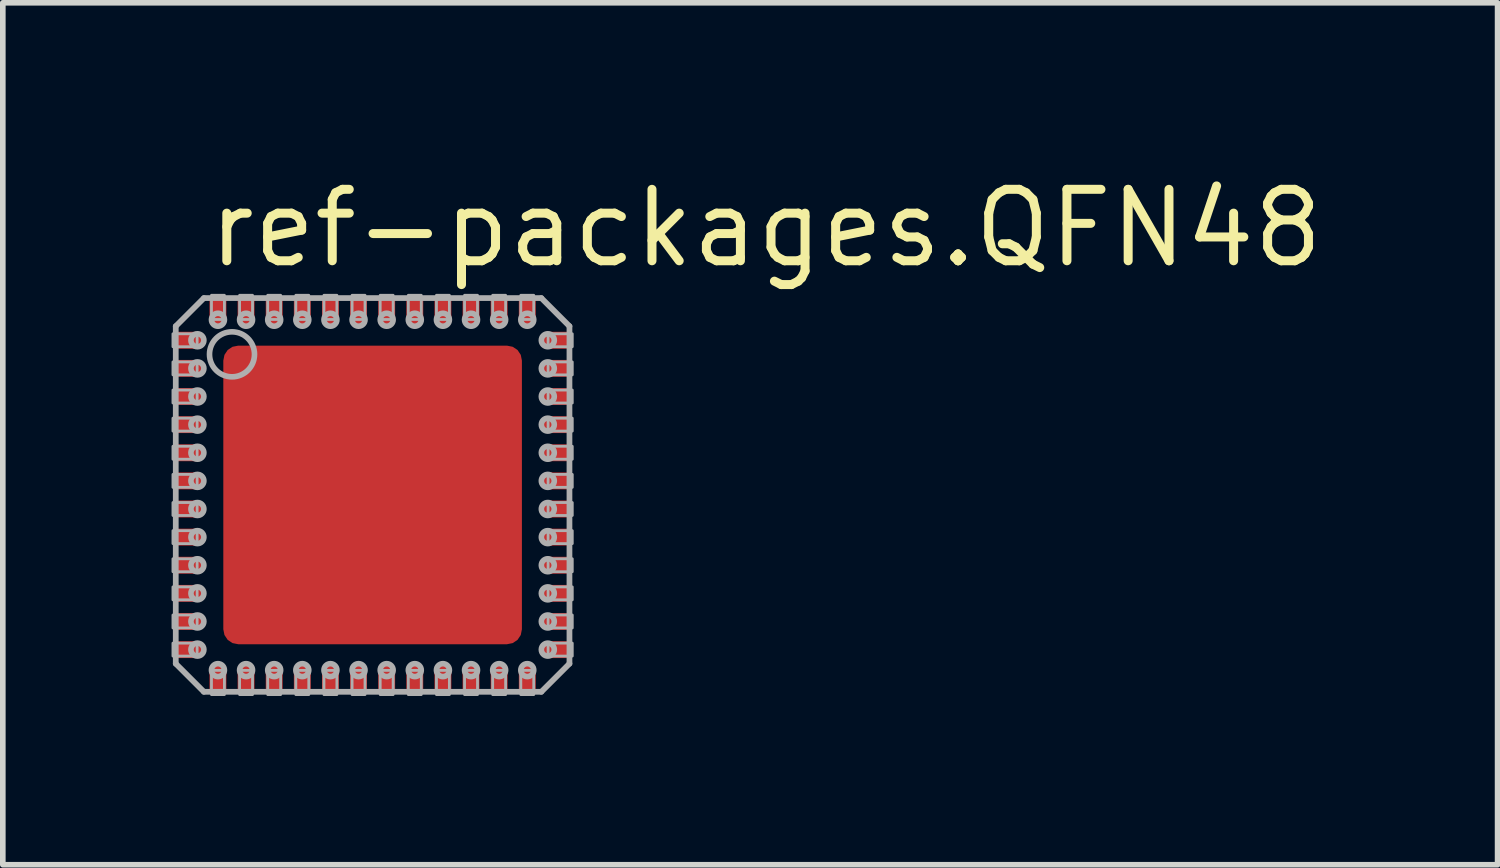
<source format=kicad_pcb>
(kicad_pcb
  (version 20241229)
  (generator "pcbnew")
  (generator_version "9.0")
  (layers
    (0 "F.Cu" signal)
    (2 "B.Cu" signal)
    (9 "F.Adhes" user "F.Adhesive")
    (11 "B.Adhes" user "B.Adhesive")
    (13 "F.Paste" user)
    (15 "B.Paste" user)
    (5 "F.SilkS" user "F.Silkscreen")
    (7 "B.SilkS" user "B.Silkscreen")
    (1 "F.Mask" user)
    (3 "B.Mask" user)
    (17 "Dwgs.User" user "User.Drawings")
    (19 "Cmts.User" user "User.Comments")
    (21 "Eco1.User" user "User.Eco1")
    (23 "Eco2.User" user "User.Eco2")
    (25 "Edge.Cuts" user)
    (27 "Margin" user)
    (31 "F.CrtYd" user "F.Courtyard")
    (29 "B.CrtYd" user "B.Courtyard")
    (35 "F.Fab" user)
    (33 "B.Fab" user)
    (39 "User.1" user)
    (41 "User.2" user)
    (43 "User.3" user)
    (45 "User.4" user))
  (footprint "ref-packages.QFN48"
    (layer "F.Cu")
    (at 3.575 5.75)
    (property "Reference" "ref-packages.QFN48" (at -3 -4 0) (layer "F.SilkS") (effects (font (size 1.27 1.27) (thickness 0.16)) (justify left bottom)))
    (attr smd)
    (fp_line (start -3.495 -2.845) (end -3.055 -2.845) (stroke (width 0.102) (type default)) (layer "F.Mask"))
    (fp_line (start -3.495 -2.655) (end -3.495 -2.845) (stroke (width 0.102) (type default)) (layer "F.Mask"))
    (fp_line (start -3.495 -2.345) (end -3.055 -2.345) (stroke (width 0.102) (type default)) (layer "F.Mask"))
    (fp_line (start -3.495 -2.155) (end -3.495 -2.345) (stroke (width 0.102) (type default)) (layer "F.Mask"))
    (fp_line (start -3.495 -1.845) (end -3.055 -1.845) (stroke (width 0.102) (type default)) (layer "F.Mask"))
    (fp_line (start -3.495 -1.655) (end -3.495 -1.845) (stroke (width 0.102) (type default)) (layer "F.Mask"))
    (fp_line (start -3.495 -1.345) (end -3.055 -1.345) (stroke (width 0.102) (type default)) (layer "F.Mask"))
    (fp_line (start -3.495 -1.155) (end -3.495 -1.345) (stroke (width 0.102) (type default)) (layer "F.Mask"))
    (fp_line (start -3.495 -0.845) (end -3.055 -0.845) (stroke (width 0.102) (type default)) (layer "F.Mask"))
    (fp_line (start -3.495 -0.655) (end -3.495 -0.845) (stroke (width 0.102) (type default)) (layer "F.Mask"))
    (fp_line (start -3.495 -0.345) (end -3.055 -0.345) (stroke (width 0.102) (type default)) (layer "F.Mask"))
    (fp_line (start -3.495 -0.155) (end -3.495 -0.345) (stroke (width 0.102) (type default)) (layer "F.Mask"))
    (fp_line (start -3.495 0.155) (end -3.055 0.155) (stroke (width 0.102) (type default)) (layer "F.Mask"))
    (fp_line (start -3.495 0.345) (end -3.495 0.155) (stroke (width 0.102) (type default)) (layer "F.Mask"))
    (fp_line (start -3.495 0.655) (end -3.055 0.655) (stroke (width 0.102) (type default)) (layer "F.Mask"))
    (fp_line (start -3.495 0.845) (end -3.495 0.655) (stroke (width 0.102) (type default)) (layer "F.Mask"))
    (fp_line (start -3.495 1.155) (end -3.055 1.155) (stroke (width 0.102) (type default)) (layer "F.Mask"))
    (fp_line (start -3.495 1.345) (end -3.495 1.155) (stroke (width 0.102) (type default)) (layer "F.Mask"))
    (fp_line (start -3.495 1.655) (end -3.055 1.655) (stroke (width 0.102) (type default)) (layer "F.Mask"))
    (fp_line (start -3.495 1.845) (end -3.495 1.655) (stroke (width 0.102) (type default)) (layer "F.Mask"))
    (fp_line (start -3.495 2.155) (end -3.055 2.155) (stroke (width 0.102) (type default)) (layer "F.Mask"))
    (fp_line (start -3.495 2.345) (end -3.495 2.155) (stroke (width 0.102) (type default)) (layer "F.Mask"))
    (fp_line (start -3.495 2.655) (end -3.055 2.655) (stroke (width 0.102) (type default)) (layer "F.Mask"))
    (fp_line (start -3.495 2.845) (end -3.495 2.655) (stroke (width 0.102) (type default)) (layer "F.Mask"))
    (fp_line (start -3.445 -2.75) (end -3.105 -2.75) (stroke (width 0.102) (type default)) (layer "F.Mask"))
    (fp_line (start -3.445 -2.25) (end -3.105 -2.25) (stroke (width 0.102) (type default)) (layer "F.Mask"))
    (fp_line (start -3.445 -1.75) (end -3.105 -1.75) (stroke (width 0.102) (type default)) (layer "F.Mask"))
    (fp_line (start -3.445 -1.25) (end -3.105 -1.25) (stroke (width 0.102) (type default)) (layer "F.Mask"))
    (fp_line (start -3.445 -0.75) (end -3.105 -0.75) (stroke (width 0.102) (type default)) (layer "F.Mask"))
    (fp_line (start -3.445 -0.25) (end -3.105 -0.25) (stroke (width 0.102) (type default)) (layer "F.Mask"))
    (fp_line (start -3.445 0.25) (end -3.105 0.25) (stroke (width 0.102) (type default)) (layer "F.Mask"))
    (fp_line (start -3.445 0.75) (end -3.105 0.75) (stroke (width 0.102) (type default)) (layer "F.Mask"))
    (fp_line (start -3.445 1.25) (end -3.105 1.25) (stroke (width 0.102) (type default)) (layer "F.Mask"))
    (fp_line (start -3.445 1.75) (end -3.105 1.75) (stroke (width 0.102) (type default)) (layer "F.Mask"))
    (fp_line (start -3.445 2.25) (end -3.105 2.25) (stroke (width 0.102) (type default)) (layer "F.Mask"))
    (fp_line (start -3.445 2.75) (end -3.105 2.75) (stroke (width 0.102) (type default)) (layer "F.Mask"))
    (fp_line (start -3.055 -2.845) (end -3.055 -2.655) (stroke (width 0.102) (type default)) (layer "F.Mask"))
    (fp_line (start -3.055 -2.655) (end -3.495 -2.655) (stroke (width 0.102) (type default)) (layer "F.Mask"))
    (fp_line (start -3.055 -2.345) (end -3.055 -2.155) (stroke (width 0.102) (type default)) (layer "F.Mask"))
    (fp_line (start -3.055 -2.155) (end -3.495 -2.155) (stroke (width 0.102) (type default)) (layer "F.Mask"))
    (fp_line (start -3.055 -1.845) (end -3.055 -1.655) (stroke (width 0.102) (type default)) (layer "F.Mask"))
    (fp_line (start -3.055 -1.655) (end -3.495 -1.655) (stroke (width 0.102) (type default)) (layer "F.Mask"))
    (fp_line (start -3.055 -1.345) (end -3.055 -1.155) (stroke (width 0.102) (type default)) (layer "F.Mask"))
    (fp_line (start -3.055 -1.155) (end -3.495 -1.155) (stroke (width 0.102) (type default)) (layer "F.Mask"))
    (fp_line (start -3.055 -0.845) (end -3.055 -0.655) (stroke (width 0.102) (type default)) (layer "F.Mask"))
    (fp_line (start -3.055 -0.655) (end -3.495 -0.655) (stroke (width 0.102) (type default)) (layer "F.Mask"))
    (fp_line (start -3.055 -0.345) (end -3.055 -0.155) (stroke (width 0.102) (type default)) (layer "F.Mask"))
    (fp_line (start -3.055 -0.155) (end -3.495 -0.155) (stroke (width 0.102) (type default)) (layer "F.Mask"))
    (fp_line (start -3.055 0.155) (end -3.055 0.345) (stroke (width 0.102) (type default)) (layer "F.Mask"))
    (fp_line (start -3.055 0.345) (end -3.495 0.345) (stroke (width 0.102) (type default)) (layer "F.Mask"))
    (fp_line (start -3.055 0.655) (end -3.055 0.845) (stroke (width 0.102) (type default)) (layer "F.Mask"))
    (fp_line (start -3.055 0.845) (end -3.495 0.845) (stroke (width 0.102) (type default)) (layer "F.Mask"))
    (fp_line (start -3.055 1.155) (end -3.055 1.345) (stroke (width 0.102) (type default)) (layer "F.Mask"))
    (fp_line (start -3.055 1.345) (end -3.495 1.345) (stroke (width 0.102) (type default)) (layer "F.Mask"))
    (fp_line (start -3.055 1.655) (end -3.055 1.845) (stroke (width 0.102) (type default)) (layer "F.Mask"))
    (fp_line (start -3.055 1.845) (end -3.495 1.845) (stroke (width 0.102) (type default)) (layer "F.Mask"))
    (fp_line (start -3.055 2.155) (end -3.055 2.345) (stroke (width 0.102) (type default)) (layer "F.Mask"))
    (fp_line (start -3.055 2.345) (end -3.495 2.345) (stroke (width 0.102) (type default)) (layer "F.Mask"))
    (fp_line (start -3.055 2.655) (end -3.055 2.845) (stroke (width 0.102) (type default)) (layer "F.Mask"))
    (fp_line (start -3.055 2.845) (end -3.495 2.845) (stroke (width 0.102) (type default)) (layer "F.Mask"))
    (fp_line (start -2.845 -3.495) (end -2.655 -3.495) (stroke (width 0.102) (type default)) (layer "F.Mask"))
    (fp_line (start -2.845 -3.055) (end -2.845 -3.495) (stroke (width 0.102) (type default)) (layer "F.Mask"))
    (fp_line (start -2.845 3.055) (end -2.655 3.055) (stroke (width 0.102) (type default)) (layer "F.Mask"))
    (fp_line (start -2.845 3.495) (end -2.845 3.055) (stroke (width 0.102) (type default)) (layer "F.Mask"))
    (fp_line (start -2.75 -3.445) (end -2.75 -3.105) (stroke (width 0.102) (type default)) (layer "F.Mask"))
    (fp_line (start -2.75 3.445) (end -2.75 3.105) (stroke (width 0.102) (type default)) (layer "F.Mask"))
    (fp_line (start -2.655 -3.495) (end -2.655 -3.055) (stroke (width 0.102) (type default)) (layer "F.Mask"))
    (fp_line (start -2.655 -3.055) (end -2.845 -3.055) (stroke (width 0.102) (type default)) (layer "F.Mask"))
    (fp_line (start -2.655 3.055) (end -2.655 3.495) (stroke (width 0.102) (type default)) (layer "F.Mask"))
    (fp_line (start -2.655 3.495) (end -2.845 3.495) (stroke (width 0.102) (type default)) (layer "F.Mask"))
    (fp_line (start -2.345 -3.495) (end -2.155 -3.495) (stroke (width 0.102) (type default)) (layer "F.Mask"))
    (fp_line (start -2.345 -3.055) (end -2.345 -3.495) (stroke (width 0.102) (type default)) (layer "F.Mask"))
    (fp_line (start -2.345 3.055) (end -2.155 3.055) (stroke (width 0.102) (type default)) (layer "F.Mask"))
    (fp_line (start -2.345 3.495) (end -2.345 3.055) (stroke (width 0.102) (type default)) (layer "F.Mask"))
    (fp_line (start -2.25 -3.445) (end -2.25 -3.105) (stroke (width 0.102) (type default)) (layer "F.Mask"))
    (fp_line (start -2.25 3.445) (end -2.25 3.105) (stroke (width 0.102) (type default)) (layer "F.Mask"))
    (fp_line (start -2.155 -3.495) (end -2.155 -3.055) (stroke (width 0.102) (type default)) (layer "F.Mask"))
    (fp_line (start -2.155 -3.055) (end -2.345 -3.055) (stroke (width 0.102) (type default)) (layer "F.Mask"))
    (fp_line (start -2.155 3.055) (end -2.155 3.495) (stroke (width 0.102) (type default)) (layer "F.Mask"))
    (fp_line (start -2.155 3.495) (end -2.345 3.495) (stroke (width 0.102) (type default)) (layer "F.Mask"))
    (fp_line (start -1.845 -3.495) (end -1.655 -3.495) (stroke (width 0.102) (type default)) (layer "F.Mask"))
    (fp_line (start -1.845 -3.055) (end -1.845 -3.495) (stroke (width 0.102) (type default)) (layer "F.Mask"))
    (fp_line (start -1.845 3.055) (end -1.655 3.055) (stroke (width 0.102) (type default)) (layer "F.Mask"))
    (fp_line (start -1.845 3.495) (end -1.845 3.055) (stroke (width 0.102) (type default)) (layer "F.Mask"))
    (fp_line (start -1.75 -3.445) (end -1.75 -3.105) (stroke (width 0.102) (type default)) (layer "F.Mask"))
    (fp_line (start -1.75 3.445) (end -1.75 3.105) (stroke (width 0.102) (type default)) (layer "F.Mask"))
    (fp_line (start -1.655 -3.495) (end -1.655 -3.055) (stroke (width 0.102) (type default)) (layer "F.Mask"))
    (fp_line (start -1.655 -3.055) (end -1.845 -3.055) (stroke (width 0.102) (type default)) (layer "F.Mask"))
    (fp_line (start -1.655 3.055) (end -1.655 3.495) (stroke (width 0.102) (type default)) (layer "F.Mask"))
    (fp_line (start -1.655 3.495) (end -1.845 3.495) (stroke (width 0.102) (type default)) (layer "F.Mask"))
    (fp_line (start -1.345 -3.495) (end -1.155 -3.495) (stroke (width 0.102) (type default)) (layer "F.Mask"))
    (fp_line (start -1.345 -3.055) (end -1.345 -3.495) (stroke (width 0.102) (type default)) (layer "F.Mask"))
    (fp_line (start -1.345 3.055) (end -1.155 3.055) (stroke (width 0.102) (type default)) (layer "F.Mask"))
    (fp_line (start -1.345 3.495) (end -1.345 3.055) (stroke (width 0.102) (type default)) (layer "F.Mask"))
    (fp_line (start -1.25 -3.445) (end -1.25 -3.105) (stroke (width 0.102) (type default)) (layer "F.Mask"))
    (fp_line (start -1.25 3.445) (end -1.25 3.105) (stroke (width 0.102) (type default)) (layer "F.Mask"))
    (fp_line (start -1.155 -3.495) (end -1.155 -3.055) (stroke (width 0.102) (type default)) (layer "F.Mask"))
    (fp_line (start -1.155 -3.055) (end -1.345 -3.055) (stroke (width 0.102) (type default)) (layer "F.Mask"))
    (fp_line (start -1.155 3.055) (end -1.155 3.495) (stroke (width 0.102) (type default)) (layer "F.Mask"))
    (fp_line (start -1.155 3.495) (end -1.345 3.495) (stroke (width 0.102) (type default)) (layer "F.Mask"))
    (fp_line (start -0.845 -3.495) (end -0.655 -3.495) (stroke (width 0.102) (type default)) (layer "F.Mask"))
    (fp_line (start -0.845 -3.055) (end -0.845 -3.495) (stroke (width 0.102) (type default)) (layer "F.Mask"))
    (fp_line (start -0.845 3.055) (end -0.655 3.055) (stroke (width 0.102) (type default)) (layer "F.Mask"))
    (fp_line (start -0.845 3.495) (end -0.845 3.055) (stroke (width 0.102) (type default)) (layer "F.Mask"))
    (fp_line (start -0.75 -3.445) (end -0.75 -3.105) (stroke (width 0.102) (type default)) (layer "F.Mask"))
    (fp_line (start -0.75 3.445) (end -0.75 3.105) (stroke (width 0.102) (type default)) (layer "F.Mask"))
    (fp_line (start -0.655 -3.495) (end -0.655 -3.055) (stroke (width 0.102) (type default)) (layer "F.Mask"))
    (fp_line (start -0.655 -3.055) (end -0.845 -3.055) (stroke (width 0.102) (type default)) (layer "F.Mask"))
    (fp_line (start -0.655 3.055) (end -0.655 3.495) (stroke (width 0.102) (type default)) (layer "F.Mask"))
    (fp_line (start -0.655 3.495) (end -0.845 3.495) (stroke (width 0.102) (type default)) (layer "F.Mask"))
    (fp_line (start -0.345 -3.495) (end -0.155 -3.495) (stroke (width 0.102) (type default)) (layer "F.Mask"))
    (fp_line (start -0.345 -3.055) (end -0.345 -3.495) (stroke (width 0.102) (type default)) (layer "F.Mask"))
    (fp_line (start -0.345 3.055) (end -0.155 3.055) (stroke (width 0.102) (type default)) (layer "F.Mask"))
    (fp_line (start -0.345 3.495) (end -0.345 3.055) (stroke (width 0.102) (type default)) (layer "F.Mask"))
    (fp_line (start -0.25 -3.445) (end -0.25 -3.105) (stroke (width 0.102) (type default)) (layer "F.Mask"))
    (fp_line (start -0.25 3.445) (end -0.25 3.105) (stroke (width 0.102) (type default)) (layer "F.Mask"))
    (fp_line (start -0.155 -3.495) (end -0.155 -3.055) (stroke (width 0.102) (type default)) (layer "F.Mask"))
    (fp_line (start -0.155 -3.055) (end -0.345 -3.055) (stroke (width 0.102) (type default)) (layer "F.Mask"))
    (fp_line (start -0.155 3.055) (end -0.155 3.495) (stroke (width 0.102) (type default)) (layer "F.Mask"))
    (fp_line (start -0.155 3.495) (end -0.345 3.495) (stroke (width 0.102) (type default)) (layer "F.Mask"))
    (fp_line (start 0.155 -3.495) (end 0.345 -3.495) (stroke (width 0.102) (type default)) (layer "F.Mask"))
    (fp_line (start 0.155 -3.055) (end 0.155 -3.495) (stroke (width 0.102) (type default)) (layer "F.Mask"))
    (fp_line (start 0.155 3.055) (end 0.345 3.055) (stroke (width 0.102) (type default)) (layer "F.Mask"))
    (fp_line (start 0.155 3.495) (end 0.155 3.055) (stroke (width 0.102) (type default)) (layer "F.Mask"))
    (fp_line (start 0.25 -3.445) (end 0.25 -3.105) (stroke (width 0.102) (type default)) (layer "F.Mask"))
    (fp_line (start 0.25 3.445) (end 0.25 3.105) (stroke (width 0.102) (type default)) (layer "F.Mask"))
    (fp_line (start 0.345 -3.495) (end 0.345 -3.055) (stroke (width 0.102) (type default)) (layer "F.Mask"))
    (fp_line (start 0.345 -3.055) (end 0.155 -3.055) (stroke (width 0.102) (type default)) (layer "F.Mask"))
    (fp_line (start 0.345 3.055) (end 0.345 3.495) (stroke (width 0.102) (type default)) (layer "F.Mask"))
    (fp_line (start 0.345 3.495) (end 0.155 3.495) (stroke (width 0.102) (type default)) (layer "F.Mask"))
    (fp_line (start 0.655 -3.495) (end 0.845 -3.495) (stroke (width 0.102) (type default)) (layer "F.Mask"))
    (fp_line (start 0.655 -3.055) (end 0.655 -3.495) (stroke (width 0.102) (type default)) (layer "F.Mask"))
    (fp_line (start 0.655 3.055) (end 0.845 3.055) (stroke (width 0.102) (type default)) (layer "F.Mask"))
    (fp_line (start 0.655 3.495) (end 0.655 3.055) (stroke (width 0.102) (type default)) (layer "F.Mask"))
    (fp_line (start 0.75 -3.445) (end 0.75 -3.105) (stroke (width 0.102) (type default)) (layer "F.Mask"))
    (fp_line (start 0.75 3.445) (end 0.75 3.105) (stroke (width 0.102) (type default)) (layer "F.Mask"))
    (fp_line (start 0.845 -3.495) (end 0.845 -3.055) (stroke (width 0.102) (type default)) (layer "F.Mask"))
    (fp_line (start 0.845 -3.055) (end 0.655 -3.055) (stroke (width 0.102) (type default)) (layer "F.Mask"))
    (fp_line (start 0.845 3.055) (end 0.845 3.495) (stroke (width 0.102) (type default)) (layer "F.Mask"))
    (fp_line (start 0.845 3.495) (end 0.655 3.495) (stroke (width 0.102) (type default)) (layer "F.Mask"))
    (fp_line (start 1.155 -3.495) (end 1.345 -3.495) (stroke (width 0.102) (type default)) (layer "F.Mask"))
    (fp_line (start 1.155 -3.055) (end 1.155 -3.495) (stroke (width 0.102) (type default)) (layer "F.Mask"))
    (fp_line (start 1.155 3.055) (end 1.345 3.055) (stroke (width 0.102) (type default)) (layer "F.Mask"))
    (fp_line (start 1.155 3.495) (end 1.155 3.055) (stroke (width 0.102) (type default)) (layer "F.Mask"))
    (fp_line (start 1.25 -3.445) (end 1.25 -3.105) (stroke (width 0.102) (type default)) (layer "F.Mask"))
    (fp_line (start 1.25 3.445) (end 1.25 3.105) (stroke (width 0.102) (type default)) (layer "F.Mask"))
    (fp_line (start 1.345 -3.495) (end 1.345 -3.055) (stroke (width 0.102) (type default)) (layer "F.Mask"))
    (fp_line (start 1.345 -3.055) (end 1.155 -3.055) (stroke (width 0.102) (type default)) (layer "F.Mask"))
    (fp_line (start 1.345 3.055) (end 1.345 3.495) (stroke (width 0.102) (type default)) (layer "F.Mask"))
    (fp_line (start 1.345 3.495) (end 1.155 3.495) (stroke (width 0.102) (type default)) (layer "F.Mask"))
    (fp_line (start 1.655 -3.495) (end 1.845 -3.495) (stroke (width 0.102) (type default)) (layer "F.Mask"))
    (fp_line (start 1.655 -3.055) (end 1.655 -3.495) (stroke (width 0.102) (type default)) (layer "F.Mask"))
    (fp_line (start 1.655 3.055) (end 1.845 3.055) (stroke (width 0.102) (type default)) (layer "F.Mask"))
    (fp_line (start 1.655 3.495) (end 1.655 3.055) (stroke (width 0.102) (type default)) (layer "F.Mask"))
    (fp_line (start 1.75 -3.445) (end 1.75 -3.105) (stroke (width 0.102) (type default)) (layer "F.Mask"))
    (fp_line (start 1.75 3.445) (end 1.75 3.105) (stroke (width 0.102) (type default)) (layer "F.Mask"))
    (fp_line (start 1.845 -3.495) (end 1.845 -3.055) (stroke (width 0.102) (type default)) (layer "F.Mask"))
    (fp_line (start 1.845 -3.055) (end 1.655 -3.055) (stroke (width 0.102) (type default)) (layer "F.Mask"))
    (fp_line (start 1.845 3.055) (end 1.845 3.495) (stroke (width 0.102) (type default)) (layer "F.Mask"))
    (fp_line (start 1.845 3.495) (end 1.655 3.495) (stroke (width 0.102) (type default)) (layer "F.Mask"))
    (fp_line (start 2.155 -3.495) (end 2.345 -3.495) (stroke (width 0.102) (type default)) (layer "F.Mask"))
    (fp_line (start 2.155 -3.055) (end 2.155 -3.495) (stroke (width 0.102) (type default)) (layer "F.Mask"))
    (fp_line (start 2.155 3.055) (end 2.345 3.055) (stroke (width 0.102) (type default)) (layer "F.Mask"))
    (fp_line (start 2.155 3.495) (end 2.155 3.055) (stroke (width 0.102) (type default)) (layer "F.Mask"))
    (fp_line (start 2.25 -3.445) (end 2.25 -3.105) (stroke (width 0.102) (type default)) (layer "F.Mask"))
    (fp_line (start 2.25 3.445) (end 2.25 3.105) (stroke (width 0.102) (type default)) (layer "F.Mask"))
    (fp_line (start 2.345 -3.495) (end 2.345 -3.055) (stroke (width 0.102) (type default)) (layer "F.Mask"))
    (fp_line (start 2.345 -3.055) (end 2.155 -3.055) (stroke (width 0.102) (type default)) (layer "F.Mask"))
    (fp_line (start 2.345 3.055) (end 2.345 3.495) (stroke (width 0.102) (type default)) (layer "F.Mask"))
    (fp_line (start 2.345 3.495) (end 2.155 3.495) (stroke (width 0.102) (type default)) (layer "F.Mask"))
    (fp_line (start 2.655 -3.495) (end 2.845 -3.495) (stroke (width 0.102) (type default)) (layer "F.Mask"))
    (fp_line (start 2.655 -3.055) (end 2.655 -3.495) (stroke (width 0.102) (type default)) (layer "F.Mask"))
    (fp_line (start 2.655 3.055) (end 2.845 3.055) (stroke (width 0.102) (type default)) (layer "F.Mask"))
    (fp_line (start 2.655 3.495) (end 2.655 3.055) (stroke (width 0.102) (type default)) (layer "F.Mask"))
    (fp_line (start 2.75 -3.445) (end 2.75 -3.105) (stroke (width 0.102) (type default)) (layer "F.Mask"))
    (fp_line (start 2.75 3.445) (end 2.75 3.105) (stroke (width 0.102) (type default)) (layer "F.Mask"))
    (fp_line (start 2.845 -3.495) (end 2.845 -3.055) (stroke (width 0.102) (type default)) (layer "F.Mask"))
    (fp_line (start 2.845 -3.055) (end 2.655 -3.055) (stroke (width 0.102) (type default)) (layer "F.Mask"))
    (fp_line (start 2.845 3.055) (end 2.845 3.495) (stroke (width 0.102) (type default)) (layer "F.Mask"))
    (fp_line (start 2.845 3.495) (end 2.655 3.495) (stroke (width 0.102) (type default)) (layer "F.Mask"))
    (fp_line (start 3.055 -2.845) (end 3.495 -2.845) (stroke (width 0.102) (type default)) (layer "F.Mask"))
    (fp_line (start 3.055 -2.655) (end 3.055 -2.845) (stroke (width 0.102) (type default)) (layer "F.Mask"))
    (fp_line (start 3.055 -2.345) (end 3.495 -2.345) (stroke (width 0.102) (type default)) (layer "F.Mask"))
    (fp_line (start 3.055 -2.155) (end 3.055 -2.345) (stroke (width 0.102) (type default)) (layer "F.Mask"))
    (fp_line (start 3.055 -1.845) (end 3.495 -1.845) (stroke (width 0.102) (type default)) (layer "F.Mask"))
    (fp_line (start 3.055 -1.655) (end 3.055 -1.845) (stroke (width 0.102) (type default)) (layer "F.Mask"))
    (fp_line (start 3.055 -1.345) (end 3.495 -1.345) (stroke (width 0.102) (type default)) (layer "F.Mask"))
    (fp_line (start 3.055 -1.155) (end 3.055 -1.345) (stroke (width 0.102) (type default)) (layer "F.Mask"))
    (fp_line (start 3.055 -0.845) (end 3.495 -0.845) (stroke (width 0.102) (type default)) (layer "F.Mask"))
    (fp_line (start 3.055 -0.655) (end 3.055 -0.845) (stroke (width 0.102) (type default)) (layer "F.Mask"))
    (fp_line (start 3.055 -0.345) (end 3.495 -0.345) (stroke (width 0.102) (type default)) (layer "F.Mask"))
    (fp_line (start 3.055 -0.155) (end 3.055 -0.345) (stroke (width 0.102) (type default)) (layer "F.Mask"))
    (fp_line (start 3.055 0.155) (end 3.495 0.155) (stroke (width 0.102) (type default)) (layer "F.Mask"))
    (fp_line (start 3.055 0.345) (end 3.055 0.155) (stroke (width 0.102) (type default)) (layer "F.Mask"))
    (fp_line (start 3.055 0.655) (end 3.495 0.655) (stroke (width 0.102) (type default)) (layer "F.Mask"))
    (fp_line (start 3.055 0.845) (end 3.055 0.655) (stroke (width 0.102) (type default)) (layer "F.Mask"))
    (fp_line (start 3.055 1.155) (end 3.495 1.155) (stroke (width 0.102) (type default)) (layer "F.Mask"))
    (fp_line (start 3.055 1.345) (end 3.055 1.155) (stroke (width 0.102) (type default)) (layer "F.Mask"))
    (fp_line (start 3.055 1.655) (end 3.495 1.655) (stroke (width 0.102) (type default)) (layer "F.Mask"))
    (fp_line (start 3.055 1.845) (end 3.055 1.655) (stroke (width 0.102) (type default)) (layer "F.Mask"))
    (fp_line (start 3.055 2.155) (end 3.495 2.155) (stroke (width 0.102) (type default)) (layer "F.Mask"))
    (fp_line (start 3.055 2.345) (end 3.055 2.155) (stroke (width 0.102) (type default)) (layer "F.Mask"))
    (fp_line (start 3.055 2.655) (end 3.495 2.655) (stroke (width 0.102) (type default)) (layer "F.Mask"))
    (fp_line (start 3.055 2.845) (end 3.055 2.655) (stroke (width 0.102) (type default)) (layer "F.Mask"))
    (fp_line (start 3.445 -2.75) (end 3.105 -2.75) (stroke (width 0.102) (type default)) (layer "F.Mask"))
    (fp_line (start 3.445 -2.25) (end 3.105 -2.25) (stroke (width 0.102) (type default)) (layer "F.Mask"))
    (fp_line (start 3.445 -1.75) (end 3.105 -1.75) (stroke (width 0.102) (type default)) (layer "F.Mask"))
    (fp_line (start 3.445 -1.25) (end 3.105 -1.25) (stroke (width 0.102) (type default)) (layer "F.Mask"))
    (fp_line (start 3.445 -0.75) (end 3.105 -0.75) (stroke (width 0.102) (type default)) (layer "F.Mask"))
    (fp_line (start 3.445 -0.25) (end 3.105 -0.25) (stroke (width 0.102) (type default)) (layer "F.Mask"))
    (fp_line (start 3.445 0.25) (end 3.105 0.25) (stroke (width 0.102) (type default)) (layer "F.Mask"))
    (fp_line (start 3.445 0.75) (end 3.105 0.75) (stroke (width 0.102) (type default)) (layer "F.Mask"))
    (fp_line (start 3.445 1.25) (end 3.105 1.25) (stroke (width 0.102) (type default)) (layer "F.Mask"))
    (fp_line (start 3.445 1.75) (end 3.105 1.75) (stroke (width 0.102) (type default)) (layer "F.Mask"))
    (fp_line (start 3.445 2.25) (end 3.105 2.25) (stroke (width 0.102) (type default)) (layer "F.Mask"))
    (fp_line (start 3.445 2.75) (end 3.105 2.75) (stroke (width 0.102) (type default)) (layer "F.Mask"))
    (fp_line (start 3.495 -2.845) (end 3.495 -2.655) (stroke (width 0.102) (type default)) (layer "F.Mask"))
    (fp_line (start 3.495 -2.655) (end 3.055 -2.655) (stroke (width 0.102) (type default)) (layer "F.Mask"))
    (fp_line (start 3.495 -2.345) (end 3.495 -2.155) (stroke (width 0.102) (type default)) (layer "F.Mask"))
    (fp_line (start 3.495 -2.155) (end 3.055 -2.155) (stroke (width 0.102) (type default)) (layer "F.Mask"))
    (fp_line (start 3.495 -1.845) (end 3.495 -1.655) (stroke (width 0.102) (type default)) (layer "F.Mask"))
    (fp_line (start 3.495 -1.655) (end 3.055 -1.655) (stroke (width 0.102) (type default)) (layer "F.Mask"))
    (fp_line (start 3.495 -1.345) (end 3.495 -1.155) (stroke (width 0.102) (type default)) (layer "F.Mask"))
    (fp_line (start 3.495 -1.155) (end 3.055 -1.155) (stroke (width 0.102) (type default)) (layer "F.Mask"))
    (fp_line (start 3.495 -0.845) (end 3.495 -0.655) (stroke (width 0.102) (type default)) (layer "F.Mask"))
    (fp_line (start 3.495 -0.655) (end 3.055 -0.655) (stroke (width 0.102) (type default)) (layer "F.Mask"))
    (fp_line (start 3.495 -0.345) (end 3.495 -0.155) (stroke (width 0.102) (type default)) (layer "F.Mask"))
    (fp_line (start 3.495 -0.155) (end 3.055 -0.155) (stroke (width 0.102) (type default)) (layer "F.Mask"))
    (fp_line (start 3.495 0.155) (end 3.495 0.345) (stroke (width 0.102) (type default)) (layer "F.Mask"))
    (fp_line (start 3.495 0.345) (end 3.055 0.345) (stroke (width 0.102) (type default)) (layer "F.Mask"))
    (fp_line (start 3.495 0.655) (end 3.495 0.845) (stroke (width 0.102) (type default)) (layer "F.Mask"))
    (fp_line (start 3.495 0.845) (end 3.055 0.845) (stroke (width 0.102) (type default)) (layer "F.Mask"))
    (fp_line (start 3.495 1.155) (end 3.495 1.345) (stroke (width 0.102) (type default)) (layer "F.Mask"))
    (fp_line (start 3.495 1.345) (end 3.055 1.345) (stroke (width 0.102) (type default)) (layer "F.Mask"))
    (fp_line (start 3.495 1.655) (end 3.495 1.845) (stroke (width 0.102) (type default)) (layer "F.Mask"))
    (fp_line (start 3.495 1.845) (end 3.055 1.845) (stroke (width 0.102) (type default)) (layer "F.Mask"))
    (fp_line (start 3.495 2.155) (end 3.495 2.345) (stroke (width 0.102) (type default)) (layer "F.Mask"))
    (fp_line (start 3.495 2.345) (end 3.055 2.345) (stroke (width 0.102) (type default)) (layer "F.Mask"))
    (fp_line (start 3.495 2.655) (end 3.495 2.845) (stroke (width 0.102) (type default)) (layer "F.Mask"))
    (fp_line (start 3.495 2.845) (end 3.055 2.845) (stroke (width 0.102) (type default)) (layer "F.Mask"))
    (fp_rect (start -2.54 2.54) (end 2.54 -2.54) (stroke (width 0.05) (type default)) (fill yes) (layer "F.Mask"))
    (fp_line (start -3.49 -2.84) (end -3.06 -2.84) (stroke (width 0.102) (type default)) (layer "F.Paste"))
    (fp_line (start -3.49 -2.66) (end -3.49 -2.84) (stroke (width 0.102) (type default)) (layer "F.Paste"))
    (fp_line (start -3.49 -2.34) (end -3.06 -2.34) (stroke (width 0.102) (type default)) (layer "F.Paste"))
    (fp_line (start -3.49 -2.16) (end -3.49 -2.34) (stroke (width 0.102) (type default)) (layer "F.Paste"))
    (fp_line (start -3.49 -1.84) (end -3.06 -1.84) (stroke (width 0.102) (type default)) (layer "F.Paste"))
    (fp_line (start -3.49 -1.66) (end -3.49 -1.84) (stroke (width 0.102) (type default)) (layer "F.Paste"))
    (fp_line (start -3.49 -1.34) (end -3.06 -1.34) (stroke (width 0.102) (type default)) (layer "F.Paste"))
    (fp_line (start -3.49 -1.16) (end -3.49 -1.34) (stroke (width 0.102) (type default)) (layer "F.Paste"))
    (fp_line (start -3.49 -0.84) (end -3.06 -0.84) (stroke (width 0.102) (type default)) (layer "F.Paste"))
    (fp_line (start -3.49 -0.66) (end -3.49 -0.84) (stroke (width 0.102) (type default)) (layer "F.Paste"))
    (fp_line (start -3.49 -0.34) (end -3.06 -0.34) (stroke (width 0.102) (type default)) (layer "F.Paste"))
    (fp_line (start -3.49 -0.16) (end -3.49 -0.34) (stroke (width 0.102) (type default)) (layer "F.Paste"))
    (fp_line (start -3.49 0.16) (end -3.06 0.16) (stroke (width 0.102) (type default)) (layer "F.Paste"))
    (fp_line (start -3.49 0.34) (end -3.49 0.16) (stroke (width 0.102) (type default)) (layer "F.Paste"))
    (fp_line (start -3.49 0.66) (end -3.06 0.66) (stroke (width 0.102) (type default)) (layer "F.Paste"))
    (fp_line (start -3.49 0.84) (end -3.49 0.66) (stroke (width 0.102) (type default)) (layer "F.Paste"))
    (fp_line (start -3.49 1.16) (end -3.06 1.16) (stroke (width 0.102) (type default)) (layer "F.Paste"))
    (fp_line (start -3.49 1.34) (end -3.49 1.16) (stroke (width 0.102) (type default)) (layer "F.Paste"))
    (fp_line (start -3.49 1.66) (end -3.06 1.66) (stroke (width 0.102) (type default)) (layer "F.Paste"))
    (fp_line (start -3.49 1.84) (end -3.49 1.66) (stroke (width 0.102) (type default)) (layer "F.Paste"))
    (fp_line (start -3.49 2.16) (end -3.06 2.16) (stroke (width 0.102) (type default)) (layer "F.Paste"))
    (fp_line (start -3.49 2.34) (end -3.49 2.16) (stroke (width 0.102) (type default)) (layer "F.Paste"))
    (fp_line (start -3.49 2.66) (end -3.06 2.66) (stroke (width 0.102) (type default)) (layer "F.Paste"))
    (fp_line (start -3.49 2.84) (end -3.49 2.66) (stroke (width 0.102) (type default)) (layer "F.Paste"))
    (fp_line (start -3.44 -2.75) (end -3.11 -2.75) (stroke (width 0.102) (type default)) (layer "F.Paste"))
    (fp_line (start -3.44 -2.25) (end -3.11 -2.25) (stroke (width 0.102) (type default)) (layer "F.Paste"))
    (fp_line (start -3.44 -1.75) (end -3.11 -1.75) (stroke (width 0.102) (type default)) (layer "F.Paste"))
    (fp_line (start -3.44 -1.25) (end -3.11 -1.25) (stroke (width 0.102) (type default)) (layer "F.Paste"))
    (fp_line (start -3.44 -0.75) (end -3.11 -0.75) (stroke (width 0.102) (type default)) (layer "F.Paste"))
    (fp_line (start -3.44 -0.25) (end -3.11 -0.25) (stroke (width 0.102) (type default)) (layer "F.Paste"))
    (fp_line (start -3.44 0.25) (end -3.11 0.25) (stroke (width 0.102) (type default)) (layer "F.Paste"))
    (fp_line (start -3.44 0.75) (end -3.11 0.75) (stroke (width 0.102) (type default)) (layer "F.Paste"))
    (fp_line (start -3.44 1.25) (end -3.11 1.25) (stroke (width 0.102) (type default)) (layer "F.Paste"))
    (fp_line (start -3.44 1.75) (end -3.11 1.75) (stroke (width 0.102) (type default)) (layer "F.Paste"))
    (fp_line (start -3.44 2.25) (end -3.11 2.25) (stroke (width 0.102) (type default)) (layer "F.Paste"))
    (fp_line (start -3.44 2.75) (end -3.11 2.75) (stroke (width 0.102) (type default)) (layer "F.Paste"))
    (fp_line (start -3.06 -2.84) (end -3.06 -2.66) (stroke (width 0.102) (type default)) (layer "F.Paste"))
    (fp_line (start -3.06 -2.66) (end -3.49 -2.66) (stroke (width 0.102) (type default)) (layer "F.Paste"))
    (fp_line (start -3.06 -2.34) (end -3.06 -2.16) (stroke (width 0.102) (type default)) (layer "F.Paste"))
    (fp_line (start -3.06 -2.16) (end -3.49 -2.16) (stroke (width 0.102) (type default)) (layer "F.Paste"))
    (fp_line (start -3.06 -1.84) (end -3.06 -1.66) (stroke (width 0.102) (type default)) (layer "F.Paste"))
    (fp_line (start -3.06 -1.66) (end -3.49 -1.66) (stroke (width 0.102) (type default)) (layer "F.Paste"))
    (fp_line (start -3.06 -1.34) (end -3.06 -1.16) (stroke (width 0.102) (type default)) (layer "F.Paste"))
    (fp_line (start -3.06 -1.16) (end -3.49 -1.16) (stroke (width 0.102) (type default)) (layer "F.Paste"))
    (fp_line (start -3.06 -0.84) (end -3.06 -0.66) (stroke (width 0.102) (type default)) (layer "F.Paste"))
    (fp_line (start -3.06 -0.66) (end -3.49 -0.66) (stroke (width 0.102) (type default)) (layer "F.Paste"))
    (fp_line (start -3.06 -0.34) (end -3.06 -0.16) (stroke (width 0.102) (type default)) (layer "F.Paste"))
    (fp_line (start -3.06 -0.16) (end -3.49 -0.16) (stroke (width 0.102) (type default)) (layer "F.Paste"))
    (fp_line (start -3.06 0.16) (end -3.06 0.34) (stroke (width 0.102) (type default)) (layer "F.Paste"))
    (fp_line (start -3.06 0.34) (end -3.49 0.34) (stroke (width 0.102) (type default)) (layer "F.Paste"))
    (fp_line (start -3.06 0.66) (end -3.06 0.84) (stroke (width 0.102) (type default)) (layer "F.Paste"))
    (fp_line (start -3.06 0.84) (end -3.49 0.84) (stroke (width 0.102) (type default)) (layer "F.Paste"))
    (fp_line (start -3.06 1.16) (end -3.06 1.34) (stroke (width 0.102) (type default)) (layer "F.Paste"))
    (fp_line (start -3.06 1.34) (end -3.49 1.34) (stroke (width 0.102) (type default)) (layer "F.Paste"))
    (fp_line (start -3.06 1.66) (end -3.06 1.84) (stroke (width 0.102) (type default)) (layer "F.Paste"))
    (fp_line (start -3.06 1.84) (end -3.49 1.84) (stroke (width 0.102) (type default)) (layer "F.Paste"))
    (fp_line (start -3.06 2.16) (end -3.06 2.34) (stroke (width 0.102) (type default)) (layer "F.Paste"))
    (fp_line (start -3.06 2.34) (end -3.49 2.34) (stroke (width 0.102) (type default)) (layer "F.Paste"))
    (fp_line (start -3.06 2.66) (end -3.06 2.84) (stroke (width 0.102) (type default)) (layer "F.Paste"))
    (fp_line (start -3.06 2.84) (end -3.49 2.84) (stroke (width 0.102) (type default)) (layer "F.Paste"))
    (fp_line (start -2.84 -3.49) (end -2.66 -3.49) (stroke (width 0.102) (type default)) (layer "F.Paste"))
    (fp_line (start -2.84 -3.06) (end -2.84 -3.49) (stroke (width 0.102) (type default)) (layer "F.Paste"))
    (fp_line (start -2.84 3.06) (end -2.66 3.06) (stroke (width 0.102) (type default)) (layer "F.Paste"))
    (fp_line (start -2.84 3.49) (end -2.84 3.06) (stroke (width 0.102) (type default)) (layer "F.Paste"))
    (fp_line (start -2.75 -3.44) (end -2.75 -3.11) (stroke (width 0.102) (type default)) (layer "F.Paste"))
    (fp_line (start -2.75 3.44) (end -2.75 3.11) (stroke (width 0.102) (type default)) (layer "F.Paste"))
    (fp_line (start -2.66 -3.49) (end -2.66 -3.06) (stroke (width 0.102) (type default)) (layer "F.Paste"))
    (fp_line (start -2.66 -3.06) (end -2.84 -3.06) (stroke (width 0.102) (type default)) (layer "F.Paste"))
    (fp_line (start -2.66 3.06) (end -2.66 3.49) (stroke (width 0.102) (type default)) (layer "F.Paste"))
    (fp_line (start -2.66 3.49) (end -2.84 3.49) (stroke (width 0.102) (type default)) (layer "F.Paste"))
    (fp_line (start -2.34 -3.49) (end -2.16 -3.49) (stroke (width 0.102) (type default)) (layer "F.Paste"))
    (fp_line (start -2.34 -3.06) (end -2.34 -3.49) (stroke (width 0.102) (type default)) (layer "F.Paste"))
    (fp_line (start -2.34 3.06) (end -2.16 3.06) (stroke (width 0.102) (type default)) (layer "F.Paste"))
    (fp_line (start -2.34 3.49) (end -2.34 3.06) (stroke (width 0.102) (type default)) (layer "F.Paste"))
    (fp_line (start -2.25 -3.44) (end -2.25 -3.11) (stroke (width 0.102) (type default)) (layer "F.Paste"))
    (fp_line (start -2.25 3.44) (end -2.25 3.11) (stroke (width 0.102) (type default)) (layer "F.Paste"))
    (fp_line (start -2.16 -3.49) (end -2.16 -3.06) (stroke (width 0.102) (type default)) (layer "F.Paste"))
    (fp_line (start -2.16 -3.06) (end -2.34 -3.06) (stroke (width 0.102) (type default)) (layer "F.Paste"))
    (fp_line (start -2.16 3.06) (end -2.16 3.49) (stroke (width 0.102) (type default)) (layer "F.Paste"))
    (fp_line (start -2.16 3.49) (end -2.34 3.49) (stroke (width 0.102) (type default)) (layer "F.Paste"))
    (fp_line (start -1.84 -3.49) (end -1.66 -3.49) (stroke (width 0.102) (type default)) (layer "F.Paste"))
    (fp_line (start -1.84 -3.06) (end -1.84 -3.49) (stroke (width 0.102) (type default)) (layer "F.Paste"))
    (fp_line (start -1.84 3.06) (end -1.66 3.06) (stroke (width 0.102) (type default)) (layer "F.Paste"))
    (fp_line (start -1.84 3.49) (end -1.84 3.06) (stroke (width 0.102) (type default)) (layer "F.Paste"))
    (fp_line (start -1.75 -3.44) (end -1.75 -3.11) (stroke (width 0.102) (type default)) (layer "F.Paste"))
    (fp_line (start -1.75 3.44) (end -1.75 3.11) (stroke (width 0.102) (type default)) (layer "F.Paste"))
    (fp_line (start -1.66 -3.49) (end -1.66 -3.06) (stroke (width 0.102) (type default)) (layer "F.Paste"))
    (fp_line (start -1.66 -3.06) (end -1.84 -3.06) (stroke (width 0.102) (type default)) (layer "F.Paste"))
    (fp_line (start -1.66 3.06) (end -1.66 3.49) (stroke (width 0.102) (type default)) (layer "F.Paste"))
    (fp_line (start -1.66 3.49) (end -1.84 3.49) (stroke (width 0.102) (type default)) (layer "F.Paste"))
    (fp_line (start -1.34 -3.49) (end -1.16 -3.49) (stroke (width 0.102) (type default)) (layer "F.Paste"))
    (fp_line (start -1.34 -3.06) (end -1.34 -3.49) (stroke (width 0.102) (type default)) (layer "F.Paste"))
    (fp_line (start -1.34 3.06) (end -1.16 3.06) (stroke (width 0.102) (type default)) (layer "F.Paste"))
    (fp_line (start -1.34 3.49) (end -1.34 3.06) (stroke (width 0.102) (type default)) (layer "F.Paste"))
    (fp_line (start -1.25 -3.44) (end -1.25 -3.11) (stroke (width 0.102) (type default)) (layer "F.Paste"))
    (fp_line (start -1.25 3.44) (end -1.25 3.11) (stroke (width 0.102) (type default)) (layer "F.Paste"))
    (fp_line (start -1.16 -3.49) (end -1.16 -3.06) (stroke (width 0.102) (type default)) (layer "F.Paste"))
    (fp_line (start -1.16 -3.06) (end -1.34 -3.06) (stroke (width 0.102) (type default)) (layer "F.Paste"))
    (fp_line (start -1.16 3.06) (end -1.16 3.49) (stroke (width 0.102) (type default)) (layer "F.Paste"))
    (fp_line (start -1.16 3.49) (end -1.34 3.49) (stroke (width 0.102) (type default)) (layer "F.Paste"))
    (fp_line (start -0.84 -3.49) (end -0.66 -3.49) (stroke (width 0.102) (type default)) (layer "F.Paste"))
    (fp_line (start -0.84 -3.06) (end -0.84 -3.49) (stroke (width 0.102) (type default)) (layer "F.Paste"))
    (fp_line (start -0.84 3.06) (end -0.66 3.06) (stroke (width 0.102) (type default)) (layer "F.Paste"))
    (fp_line (start -0.84 3.49) (end -0.84 3.06) (stroke (width 0.102) (type default)) (layer "F.Paste"))
    (fp_line (start -0.75 -3.44) (end -0.75 -3.11) (stroke (width 0.102) (type default)) (layer "F.Paste"))
    (fp_line (start -0.75 3.44) (end -0.75 3.11) (stroke (width 0.102) (type default)) (layer "F.Paste"))
    (fp_line (start -0.66 -3.49) (end -0.66 -3.06) (stroke (width 0.102) (type default)) (layer "F.Paste"))
    (fp_line (start -0.66 -3.06) (end -0.84 -3.06) (stroke (width 0.102) (type default)) (layer "F.Paste"))
    (fp_line (start -0.66 3.06) (end -0.66 3.49) (stroke (width 0.102) (type default)) (layer "F.Paste"))
    (fp_line (start -0.66 3.49) (end -0.84 3.49) (stroke (width 0.102) (type default)) (layer "F.Paste"))
    (fp_line (start -0.34 -3.49) (end -0.16 -3.49) (stroke (width 0.102) (type default)) (layer "F.Paste"))
    (fp_line (start -0.34 -3.06) (end -0.34 -3.49) (stroke (width 0.102) (type default)) (layer "F.Paste"))
    (fp_line (start -0.34 3.06) (end -0.16 3.06) (stroke (width 0.102) (type default)) (layer "F.Paste"))
    (fp_line (start -0.34 3.49) (end -0.34 3.06) (stroke (width 0.102) (type default)) (layer "F.Paste"))
    (fp_line (start -0.25 -3.44) (end -0.25 -3.11) (stroke (width 0.102) (type default)) (layer "F.Paste"))
    (fp_line (start -0.25 3.44) (end -0.25 3.11) (stroke (width 0.102) (type default)) (layer "F.Paste"))
    (fp_line (start -0.16 -3.49) (end -0.16 -3.06) (stroke (width 0.102) (type default)) (layer "F.Paste"))
    (fp_line (start -0.16 -3.06) (end -0.34 -3.06) (stroke (width 0.102) (type default)) (layer "F.Paste"))
    (fp_line (start -0.16 3.06) (end -0.16 3.49) (stroke (width 0.102) (type default)) (layer "F.Paste"))
    (fp_line (start -0.16 3.49) (end -0.34 3.49) (stroke (width 0.102) (type default)) (layer "F.Paste"))
    (fp_line (start 0.16 -3.49) (end 0.34 -3.49) (stroke (width 0.102) (type default)) (layer "F.Paste"))
    (fp_line (start 0.16 -3.06) (end 0.16 -3.49) (stroke (width 0.102) (type default)) (layer "F.Paste"))
    (fp_line (start 0.16 3.06) (end 0.34 3.06) (stroke (width 0.102) (type default)) (layer "F.Paste"))
    (fp_line (start 0.16 3.49) (end 0.16 3.06) (stroke (width 0.102) (type default)) (layer "F.Paste"))
    (fp_line (start 0.25 -3.44) (end 0.25 -3.11) (stroke (width 0.102) (type default)) (layer "F.Paste"))
    (fp_line (start 0.25 3.44) (end 0.25 3.11) (stroke (width 0.102) (type default)) (layer "F.Paste"))
    (fp_line (start 0.34 -3.49) (end 0.34 -3.06) (stroke (width 0.102) (type default)) (layer "F.Paste"))
    (fp_line (start 0.34 -3.06) (end 0.16 -3.06) (stroke (width 0.102) (type default)) (layer "F.Paste"))
    (fp_line (start 0.34 3.06) (end 0.34 3.49) (stroke (width 0.102) (type default)) (layer "F.Paste"))
    (fp_line (start 0.34 3.49) (end 0.16 3.49) (stroke (width 0.102) (type default)) (layer "F.Paste"))
    (fp_line (start 0.66 -3.49) (end 0.84 -3.49) (stroke (width 0.102) (type default)) (layer "F.Paste"))
    (fp_line (start 0.66 -3.06) (end 0.66 -3.49) (stroke (width 0.102) (type default)) (layer "F.Paste"))
    (fp_line (start 0.66 3.06) (end 0.84 3.06) (stroke (width 0.102) (type default)) (layer "F.Paste"))
    (fp_line (start 0.66 3.49) (end 0.66 3.06) (stroke (width 0.102) (type default)) (layer "F.Paste"))
    (fp_line (start 0.75 -3.44) (end 0.75 -3.11) (stroke (width 0.102) (type default)) (layer "F.Paste"))
    (fp_line (start 0.75 3.44) (end 0.75 3.11) (stroke (width 0.102) (type default)) (layer "F.Paste"))
    (fp_line (start 0.84 -3.49) (end 0.84 -3.06) (stroke (width 0.102) (type default)) (layer "F.Paste"))
    (fp_line (start 0.84 -3.06) (end 0.66 -3.06) (stroke (width 0.102) (type default)) (layer "F.Paste"))
    (fp_line (start 0.84 3.06) (end 0.84 3.49) (stroke (width 0.102) (type default)) (layer "F.Paste"))
    (fp_line (start 0.84 3.49) (end 0.66 3.49) (stroke (width 0.102) (type default)) (layer "F.Paste"))
    (fp_line (start 1.16 -3.49) (end 1.34 -3.49) (stroke (width 0.102) (type default)) (layer "F.Paste"))
    (fp_line (start 1.16 -3.06) (end 1.16 -3.49) (stroke (width 0.102) (type default)) (layer "F.Paste"))
    (fp_line (start 1.16 3.06) (end 1.34 3.06) (stroke (width 0.102) (type default)) (layer "F.Paste"))
    (fp_line (start 1.16 3.49) (end 1.16 3.06) (stroke (width 0.102) (type default)) (layer "F.Paste"))
    (fp_line (start 1.25 -3.44) (end 1.25 -3.11) (stroke (width 0.102) (type default)) (layer "F.Paste"))
    (fp_line (start 1.25 3.44) (end 1.25 3.11) (stroke (width 0.102) (type default)) (layer "F.Paste"))
    (fp_line (start 1.34 -3.49) (end 1.34 -3.06) (stroke (width 0.102) (type default)) (layer "F.Paste"))
    (fp_line (start 1.34 -3.06) (end 1.16 -3.06) (stroke (width 0.102) (type default)) (layer "F.Paste"))
    (fp_line (start 1.34 3.06) (end 1.34 3.49) (stroke (width 0.102) (type default)) (layer "F.Paste"))
    (fp_line (start 1.34 3.49) (end 1.16 3.49) (stroke (width 0.102) (type default)) (layer "F.Paste"))
    (fp_line (start 1.66 -3.49) (end 1.84 -3.49) (stroke (width 0.102) (type default)) (layer "F.Paste"))
    (fp_line (start 1.66 -3.06) (end 1.66 -3.49) (stroke (width 0.102) (type default)) (layer "F.Paste"))
    (fp_line (start 1.66 3.06) (end 1.84 3.06) (stroke (width 0.102) (type default)) (layer "F.Paste"))
    (fp_line (start 1.66 3.49) (end 1.66 3.06) (stroke (width 0.102) (type default)) (layer "F.Paste"))
    (fp_line (start 1.75 -3.44) (end 1.75 -3.11) (stroke (width 0.102) (type default)) (layer "F.Paste"))
    (fp_line (start 1.75 3.44) (end 1.75 3.11) (stroke (width 0.102) (type default)) (layer "F.Paste"))
    (fp_line (start 1.84 -3.49) (end 1.84 -3.06) (stroke (width 0.102) (type default)) (layer "F.Paste"))
    (fp_line (start 1.84 -3.06) (end 1.66 -3.06) (stroke (width 0.102) (type default)) (layer "F.Paste"))
    (fp_line (start 1.84 3.06) (end 1.84 3.49) (stroke (width 0.102) (type default)) (layer "F.Paste"))
    (fp_line (start 1.84 3.49) (end 1.66 3.49) (stroke (width 0.102) (type default)) (layer "F.Paste"))
    (fp_line (start 2.16 -3.49) (end 2.34 -3.49) (stroke (width 0.102) (type default)) (layer "F.Paste"))
    (fp_line (start 2.16 -3.06) (end 2.16 -3.49) (stroke (width 0.102) (type default)) (layer "F.Paste"))
    (fp_line (start 2.16 3.06) (end 2.34 3.06) (stroke (width 0.102) (type default)) (layer "F.Paste"))
    (fp_line (start 2.16 3.49) (end 2.16 3.06) (stroke (width 0.102) (type default)) (layer "F.Paste"))
    (fp_line (start 2.25 -3.44) (end 2.25 -3.11) (stroke (width 0.102) (type default)) (layer "F.Paste"))
    (fp_line (start 2.25 3.44) (end 2.25 3.11) (stroke (width 0.102) (type default)) (layer "F.Paste"))
    (fp_line (start 2.34 -3.49) (end 2.34 -3.06) (stroke (width 0.102) (type default)) (layer "F.Paste"))
    (fp_line (start 2.34 -3.06) (end 2.16 -3.06) (stroke (width 0.102) (type default)) (layer "F.Paste"))
    (fp_line (start 2.34 3.06) (end 2.34 3.49) (stroke (width 0.102) (type default)) (layer "F.Paste"))
    (fp_line (start 2.34 3.49) (end 2.16 3.49) (stroke (width 0.102) (type default)) (layer "F.Paste"))
    (fp_line (start 2.66 -3.49) (end 2.84 -3.49) (stroke (width 0.102) (type default)) (layer "F.Paste"))
    (fp_line (start 2.66 -3.06) (end 2.66 -3.49) (stroke (width 0.102) (type default)) (layer "F.Paste"))
    (fp_line (start 2.66 3.06) (end 2.84 3.06) (stroke (width 0.102) (type default)) (layer "F.Paste"))
    (fp_line (start 2.66 3.49) (end 2.66 3.06) (stroke (width 0.102) (type default)) (layer "F.Paste"))
    (fp_line (start 2.75 -3.44) (end 2.75 -3.11) (stroke (width 0.102) (type default)) (layer "F.Paste"))
    (fp_line (start 2.75 3.44) (end 2.75 3.11) (stroke (width 0.102) (type default)) (layer "F.Paste"))
    (fp_line (start 2.84 -3.49) (end 2.84 -3.06) (stroke (width 0.102) (type default)) (layer "F.Paste"))
    (fp_line (start 2.84 -3.06) (end 2.66 -3.06) (stroke (width 0.102) (type default)) (layer "F.Paste"))
    (fp_line (start 2.84 3.06) (end 2.84 3.49) (stroke (width 0.102) (type default)) (layer "F.Paste"))
    (fp_line (start 2.84 3.49) (end 2.66 3.49) (stroke (width 0.102) (type default)) (layer "F.Paste"))
    (fp_line (start 3.06 -2.84) (end 3.49 -2.84) (stroke (width 0.102) (type default)) (layer "F.Paste"))
    (fp_line (start 3.06 -2.66) (end 3.06 -2.84) (stroke (width 0.102) (type default)) (layer "F.Paste"))
    (fp_line (start 3.06 -2.34) (end 3.49 -2.34) (stroke (width 0.102) (type default)) (layer "F.Paste"))
    (fp_line (start 3.06 -2.16) (end 3.06 -2.34) (stroke (width 0.102) (type default)) (layer "F.Paste"))
    (fp_line (start 3.06 -1.84) (end 3.49 -1.84) (stroke (width 0.102) (type default)) (layer "F.Paste"))
    (fp_line (start 3.06 -1.66) (end 3.06 -1.84) (stroke (width 0.102) (type default)) (layer "F.Paste"))
    (fp_line (start 3.06 -1.34) (end 3.49 -1.34) (stroke (width 0.102) (type default)) (layer "F.Paste"))
    (fp_line (start 3.06 -1.16) (end 3.06 -1.34) (stroke (width 0.102) (type default)) (layer "F.Paste"))
    (fp_line (start 3.06 -0.84) (end 3.49 -0.84) (stroke (width 0.102) (type default)) (layer "F.Paste"))
    (fp_line (start 3.06 -0.66) (end 3.06 -0.84) (stroke (width 0.102) (type default)) (layer "F.Paste"))
    (fp_line (start 3.06 -0.34) (end 3.49 -0.34) (stroke (width 0.102) (type default)) (layer "F.Paste"))
    (fp_line (start 3.06 -0.16) (end 3.06 -0.34) (stroke (width 0.102) (type default)) (layer "F.Paste"))
    (fp_line (start 3.06 0.16) (end 3.49 0.16) (stroke (width 0.102) (type default)) (layer "F.Paste"))
    (fp_line (start 3.06 0.34) (end 3.06 0.16) (stroke (width 0.102) (type default)) (layer "F.Paste"))
    (fp_line (start 3.06 0.66) (end 3.49 0.66) (stroke (width 0.102) (type default)) (layer "F.Paste"))
    (fp_line (start 3.06 0.84) (end 3.06 0.66) (stroke (width 0.102) (type default)) (layer "F.Paste"))
    (fp_line (start 3.06 1.16) (end 3.49 1.16) (stroke (width 0.102) (type default)) (layer "F.Paste"))
    (fp_line (start 3.06 1.34) (end 3.06 1.16) (stroke (width 0.102) (type default)) (layer "F.Paste"))
    (fp_line (start 3.06 1.66) (end 3.49 1.66) (stroke (width 0.102) (type default)) (layer "F.Paste"))
    (fp_line (start 3.06 1.84) (end 3.06 1.66) (stroke (width 0.102) (type default)) (layer "F.Paste"))
    (fp_line (start 3.06 2.16) (end 3.49 2.16) (stroke (width 0.102) (type default)) (layer "F.Paste"))
    (fp_line (start 3.06 2.34) (end 3.06 2.16) (stroke (width 0.102) (type default)) (layer "F.Paste"))
    (fp_line (start 3.06 2.66) (end 3.49 2.66) (stroke (width 0.102) (type default)) (layer "F.Paste"))
    (fp_line (start 3.06 2.84) (end 3.06 2.66) (stroke (width 0.102) (type default)) (layer "F.Paste"))
    (fp_line (start 3.44 -2.75) (end 3.11 -2.75) (stroke (width 0.102) (type default)) (layer "F.Paste"))
    (fp_line (start 3.44 -2.25) (end 3.11 -2.25) (stroke (width 0.102) (type default)) (layer "F.Paste"))
    (fp_line (start 3.44 -1.75) (end 3.11 -1.75) (stroke (width 0.102) (type default)) (layer "F.Paste"))
    (fp_line (start 3.44 -1.25) (end 3.11 -1.25) (stroke (width 0.102) (type default)) (layer "F.Paste"))
    (fp_line (start 3.44 -0.75) (end 3.11 -0.75) (stroke (width 0.102) (type default)) (layer "F.Paste"))
    (fp_line (start 3.44 -0.25) (end 3.11 -0.25) (stroke (width 0.102) (type default)) (layer "F.Paste"))
    (fp_line (start 3.44 0.25) (end 3.11 0.25) (stroke (width 0.102) (type default)) (layer "F.Paste"))
    (fp_line (start 3.44 0.75) (end 3.11 0.75) (stroke (width 0.102) (type default)) (layer "F.Paste"))
    (fp_line (start 3.44 1.25) (end 3.11 1.25) (stroke (width 0.102) (type default)) (layer "F.Paste"))
    (fp_line (start 3.44 1.75) (end 3.11 1.75) (stroke (width 0.102) (type default)) (layer "F.Paste"))
    (fp_line (start 3.44 2.25) (end 3.11 2.25) (stroke (width 0.102) (type default)) (layer "F.Paste"))
    (fp_line (start 3.44 2.75) (end 3.11 2.75) (stroke (width 0.102) (type default)) (layer "F.Paste"))
    (fp_line (start 3.49 -2.84) (end 3.49 -2.66) (stroke (width 0.102) (type default)) (layer "F.Paste"))
    (fp_line (start 3.49 -2.66) (end 3.06 -2.66) (stroke (width 0.102) (type default)) (layer "F.Paste"))
    (fp_line (start 3.49 -2.34) (end 3.49 -2.16) (stroke (width 0.102) (type default)) (layer "F.Paste"))
    (fp_line (start 3.49 -2.16) (end 3.06 -2.16) (stroke (width 0.102) (type default)) (layer "F.Paste"))
    (fp_line (start 3.49 -1.84) (end 3.49 -1.66) (stroke (width 0.102) (type default)) (layer "F.Paste"))
    (fp_line (start 3.49 -1.66) (end 3.06 -1.66) (stroke (width 0.102) (type default)) (layer "F.Paste"))
    (fp_line (start 3.49 -1.34) (end 3.49 -1.16) (stroke (width 0.102) (type default)) (layer "F.Paste"))
    (fp_line (start 3.49 -1.16) (end 3.06 -1.16) (stroke (width 0.102) (type default)) (layer "F.Paste"))
    (fp_line (start 3.49 -0.84) (end 3.49 -0.66) (stroke (width 0.102) (type default)) (layer "F.Paste"))
    (fp_line (start 3.49 -0.66) (end 3.06 -0.66) (stroke (width 0.102) (type default)) (layer "F.Paste"))
    (fp_line (start 3.49 -0.34) (end 3.49 -0.16) (stroke (width 0.102) (type default)) (layer "F.Paste"))
    (fp_line (start 3.49 -0.16) (end 3.06 -0.16) (stroke (width 0.102) (type default)) (layer "F.Paste"))
    (fp_line (start 3.49 0.16) (end 3.49 0.34) (stroke (width 0.102) (type default)) (layer "F.Paste"))
    (fp_line (start 3.49 0.34) (end 3.06 0.34) (stroke (width 0.102) (type default)) (layer "F.Paste"))
    (fp_line (start 3.49 0.66) (end 3.49 0.84) (stroke (width 0.102) (type default)) (layer "F.Paste"))
    (fp_line (start 3.49 0.84) (end 3.06 0.84) (stroke (width 0.102) (type default)) (layer "F.Paste"))
    (fp_line (start 3.49 1.16) (end 3.49 1.34) (stroke (width 0.102) (type default)) (layer "F.Paste"))
    (fp_line (start 3.49 1.34) (end 3.06 1.34) (stroke (width 0.102) (type default)) (layer "F.Paste"))
    (fp_line (start 3.49 1.66) (end 3.49 1.84) (stroke (width 0.102) (type default)) (layer "F.Paste"))
    (fp_line (start 3.49 1.84) (end 3.06 1.84) (stroke (width 0.102) (type default)) (layer "F.Paste"))
    (fp_line (start 3.49 2.16) (end 3.49 2.34) (stroke (width 0.102) (type default)) (layer "F.Paste"))
    (fp_line (start 3.49 2.34) (end 3.06 2.34) (stroke (width 0.102) (type default)) (layer "F.Paste"))
    (fp_line (start 3.49 2.66) (end 3.49 2.84) (stroke (width 0.102) (type default)) (layer "F.Paste"))
    (fp_line (start 3.49 2.84) (end 3.06 2.84) (stroke (width 0.102) (type default)) (layer "F.Paste"))
    (fp_rect (start -2.46 2.46) (end 2.46 -2.46) (stroke (width 0.05) (type default)) (fill yes) (layer "F.Paste"))
    (fp_line (start -3.5 -3) (end -3 -3.5) (stroke (width 0.102) (type default)) (layer "F.Fab"))
    (fp_line (start -3.5 3) (end -3.5 -3) (stroke (width 0.102) (type default)) (layer "F.Fab"))
    (fp_line (start -3 -3.5) (end 3 -3.5) (stroke (width 0.102) (type default)) (layer "F.Fab"))
    (fp_line (start -3 3.5) (end -3.5 3) (stroke (width 0.102) (type default)) (layer "F.Fab"))
    (fp_line (start 3 -3.5) (end 3.5 -3) (stroke (width 0.102) (type default)) (layer "F.Fab"))
    (fp_line (start 3 3.5) (end -3 3.5) (stroke (width 0.102) (type default)) (layer "F.Fab"))
    (fp_line (start 3.5 -3) (end 3.5 3) (stroke (width 0.102) (type default)) (layer "F.Fab"))
    (fp_line (start 3.5 3) (end 3 3.5) (stroke (width 0.102) (type default)) (layer "F.Fab"))
    (fp_rect (start -3.55 -2.635) (end -3.12 -2.865) (stroke (width 0.05) (type default)) (fill no) (layer "F.Fab"))
    (fp_rect (start -3.55 -2.135) (end -3.12 -2.365) (stroke (width 0.05) (type default)) (fill no) (layer "F.Fab"))
    (fp_rect (start -3.55 -1.635) (end -3.12 -1.865) (stroke (width 0.05) (type default)) (fill no) (layer "F.Fab"))
    (fp_rect (start -3.55 -1.135) (end -3.12 -1.365) (stroke (width 0.05) (type default)) (fill no) (layer "F.Fab"))
    (fp_rect (start -3.55 -0.635) (end -3.12 -0.865) (stroke (width 0.05) (type default)) (fill no) (layer "F.Fab"))
    (fp_rect (start -3.55 -0.135) (end -3.12 -0.365) (stroke (width 0.05) (type default)) (fill no) (layer "F.Fab"))
    (fp_rect (start -3.55 0.365) (end -3.12 0.135) (stroke (width 0.05) (type default)) (fill no) (layer "F.Fab"))
    (fp_rect (start -3.55 0.865) (end -3.12 0.635) (stroke (width 0.05) (type default)) (fill no) (layer "F.Fab"))
    (fp_rect (start -3.55 1.365) (end -3.12 1.135) (stroke (width 0.05) (type default)) (fill no) (layer "F.Fab"))
    (fp_rect (start -3.55 1.865) (end -3.12 1.635) (stroke (width 0.05) (type default)) (fill no) (layer "F.Fab"))
    (fp_rect (start -3.55 2.365) (end -3.12 2.135) (stroke (width 0.05) (type default)) (fill no) (layer "F.Fab"))
    (fp_rect (start -3.55 2.865) (end -3.12 2.635) (stroke (width 0.05) (type default)) (fill no) (layer "F.Fab"))
    (fp_rect (start -2.865 -3.12) (end -2.635 -3.55) (stroke (width 0.05) (type default)) (fill no) (layer "F.Fab"))
    (fp_rect (start -2.865 3.55) (end -2.635 3.12) (stroke (width 0.05) (type default)) (fill no) (layer "F.Fab"))
    (fp_rect (start -2.365 -3.12) (end -2.135 -3.55) (stroke (width 0.05) (type default)) (fill no) (layer "F.Fab"))
    (fp_rect (start -2.365 3.55) (end -2.135 3.12) (stroke (width 0.05) (type default)) (fill no) (layer "F.Fab"))
    (fp_rect (start -1.865 -3.12) (end -1.635 -3.55) (stroke (width 0.05) (type default)) (fill no) (layer "F.Fab"))
    (fp_rect (start -1.865 3.55) (end -1.635 3.12) (stroke (width 0.05) (type default)) (fill no) (layer "F.Fab"))
    (fp_rect (start -1.365 -3.12) (end -1.135 -3.55) (stroke (width 0.05) (type default)) (fill no) (layer "F.Fab"))
    (fp_rect (start -1.365 3.55) (end -1.135 3.12) (stroke (width 0.05) (type default)) (fill no) (layer "F.Fab"))
    (fp_rect (start -0.865 -3.12) (end -0.635 -3.55) (stroke (width 0.05) (type default)) (fill no) (layer "F.Fab"))
    (fp_rect (start -0.865 3.55) (end -0.635 3.12) (stroke (width 0.05) (type default)) (fill no) (layer "F.Fab"))
    (fp_rect (start -0.365 -3.12) (end -0.135 -3.55) (stroke (width 0.05) (type default)) (fill no) (layer "F.Fab"))
    (fp_rect (start -0.365 3.55) (end -0.135 3.12) (stroke (width 0.05) (type default)) (fill no) (layer "F.Fab"))
    (fp_rect (start 0.135 -3.12) (end 0.365 -3.55) (stroke (width 0.05) (type default)) (fill no) (layer "F.Fab"))
    (fp_rect (start 0.135 3.55) (end 0.365 3.12) (stroke (width 0.05) (type default)) (fill no) (layer "F.Fab"))
    (fp_rect (start 0.635 -3.12) (end 0.865 -3.55) (stroke (width 0.05) (type default)) (fill no) (layer "F.Fab"))
    (fp_rect (start 0.635 3.55) (end 0.865 3.12) (stroke (width 0.05) (type default)) (fill no) (layer "F.Fab"))
    (fp_rect (start 1.135 -3.12) (end 1.365 -3.55) (stroke (width 0.05) (type default)) (fill no) (layer "F.Fab"))
    (fp_rect (start 1.135 3.55) (end 1.365 3.12) (stroke (width 0.05) (type default)) (fill no) (layer "F.Fab"))
    (fp_rect (start 1.635 -3.12) (end 1.865 -3.55) (stroke (width 0.05) (type default)) (fill no) (layer "F.Fab"))
    (fp_rect (start 1.635 3.55) (end 1.865 3.12) (stroke (width 0.05) (type default)) (fill no) (layer "F.Fab"))
    (fp_rect (start 2.135 -3.12) (end 2.365 -3.55) (stroke (width 0.05) (type default)) (fill no) (layer "F.Fab"))
    (fp_rect (start 2.135 3.55) (end 2.365 3.12) (stroke (width 0.05) (type default)) (fill no) (layer "F.Fab"))
    (fp_rect (start 2.635 -3.12) (end 2.865 -3.55) (stroke (width 0.05) (type default)) (fill no) (layer "F.Fab"))
    (fp_rect (start 2.635 3.55) (end 2.865 3.12) (stroke (width 0.05) (type default)) (fill no) (layer "F.Fab"))
    (fp_rect (start 3.12 -2.635) (end 3.55 -2.865) (stroke (width 0.05) (type default)) (fill no) (layer "F.Fab"))
    (fp_rect (start 3.12 -2.135) (end 3.55 -2.365) (stroke (width 0.05) (type default)) (fill no) (layer "F.Fab"))
    (fp_rect (start 3.12 -1.635) (end 3.55 -1.865) (stroke (width 0.05) (type default)) (fill no) (layer "F.Fab"))
    (fp_rect (start 3.12 -1.135) (end 3.55 -1.365) (stroke (width 0.05) (type default)) (fill no) (layer "F.Fab"))
    (fp_rect (start 3.12 -0.635) (end 3.55 -0.865) (stroke (width 0.05) (type default)) (fill no) (layer "F.Fab"))
    (fp_rect (start 3.12 -0.135) (end 3.55 -0.365) (stroke (width 0.05) (type default)) (fill no) (layer "F.Fab"))
    (fp_rect (start 3.12 0.365) (end 3.55 0.135) (stroke (width 0.05) (type default)) (fill no) (layer "F.Fab"))
    (fp_rect (start 3.12 0.865) (end 3.55 0.635) (stroke (width 0.05) (type default)) (fill no) (layer "F.Fab"))
    (fp_rect (start 3.12 1.365) (end 3.55 1.135) (stroke (width 0.05) (type default)) (fill no) (layer "F.Fab"))
    (fp_rect (start 3.12 1.865) (end 3.55 1.635) (stroke (width 0.05) (type default)) (fill no) (layer "F.Fab"))
    (fp_rect (start 3.12 2.365) (end 3.55 2.135) (stroke (width 0.05) (type default)) (fill no) (layer "F.Fab"))
    (fp_rect (start 3.12 2.865) (end 3.55 2.635) (stroke (width 0.05) (type default)) (fill no) (layer "F.Fab"))
    (fp_circle (center -3.115 -2.75) (end -3 -2.75) (stroke (width 0.1) (type default)) (fill no) (layer "F.Fab"))
    (fp_circle (center -3.115 -2.25) (end -3 -2.25) (stroke (width 0.1) (type default)) (fill no) (layer "F.Fab"))
    (fp_circle (center -3.115 -1.75) (end -3 -1.75) (stroke (width 0.1) (type default)) (fill no) (layer "F.Fab"))
    (fp_circle (center -3.115 -1.25) (end -3 -1.25) (stroke (width 0.1) (type default)) (fill no) (layer "F.Fab"))
    (fp_circle (center -3.115 -0.75) (end -3 -0.75) (stroke (width 0.1) (type default)) (fill no) (layer "F.Fab"))
    (fp_circle (center -3.115 -0.25) (end -3 -0.25) (stroke (width 0.1) (type default)) (fill no) (layer "F.Fab"))
    (fp_circle (center -3.115 0.25) (end -3 0.25) (stroke (width 0.1) (type default)) (fill no) (layer "F.Fab"))
    (fp_circle (center -3.115 0.75) (end -3 0.75) (stroke (width 0.1) (type default)) (fill no) (layer "F.Fab"))
    (fp_circle (center -3.115 1.25) (end -3 1.25) (stroke (width 0.1) (type default)) (fill no) (layer "F.Fab"))
    (fp_circle (center -3.115 1.75) (end -3 1.75) (stroke (width 0.1) (type default)) (fill no) (layer "F.Fab"))
    (fp_circle (center -3.115 2.25) (end -3 2.25) (stroke (width 0.1) (type default)) (fill no) (layer "F.Fab"))
    (fp_circle (center -3.115 2.75) (end -3 2.75) (stroke (width 0.1) (type default)) (fill no) (layer "F.Fab"))
    (fp_circle (center -2.75 -3.115) (end -2.635 -3.115) (stroke (width 0.1) (type default)) (fill no) (layer "F.Fab"))
    (fp_circle (center -2.75 3.115) (end -2.635 3.115) (stroke (width 0.1) (type default)) (fill no) (layer "F.Fab"))
    (fp_circle (center -2.5 -2.5) (end -2.1 -2.5) (stroke (width 0.1) (type default)) (fill no) (layer "F.Fab"))
    (fp_circle (center -2.25 -3.115) (end -2.135 -3.115) (stroke (width 0.1) (type default)) (fill no) (layer "F.Fab"))
    (fp_circle (center -2.25 3.115) (end -2.135 3.115) (stroke (width 0.1) (type default)) (fill no) (layer "F.Fab"))
    (fp_circle (center -1.75 -3.115) (end -1.635 -3.115) (stroke (width 0.1) (type default)) (fill no) (layer "F.Fab"))
    (fp_circle (center -1.75 3.115) (end -1.635 3.115) (stroke (width 0.1) (type default)) (fill no) (layer "F.Fab"))
    (fp_circle (center -1.25 -3.115) (end -1.135 -3.115) (stroke (width 0.1) (type default)) (fill no) (layer "F.Fab"))
    (fp_circle (center -1.25 3.115) (end -1.135 3.115) (stroke (width 0.1) (type default)) (fill no) (layer "F.Fab"))
    (fp_circle (center -0.75 -3.115) (end -0.635 -3.115) (stroke (width 0.1) (type default)) (fill no) (layer "F.Fab"))
    (fp_circle (center -0.75 3.115) (end -0.635 3.115) (stroke (width 0.1) (type default)) (fill no) (layer "F.Fab"))
    (fp_circle (center -0.25 -3.115) (end -0.135 -3.115) (stroke (width 0.1) (type default)) (fill no) (layer "F.Fab"))
    (fp_circle (center -0.25 3.115) (end -0.135 3.115) (stroke (width 0.1) (type default)) (fill no) (layer "F.Fab"))
    (fp_circle (center 0.25 -3.115) (end 0.365 -3.115) (stroke (width 0.1) (type default)) (fill no) (layer "F.Fab"))
    (fp_circle (center 0.25 3.115) (end 0.365 3.115) (stroke (width 0.1) (type default)) (fill no) (layer "F.Fab"))
    (fp_circle (center 0.75 -3.115) (end 0.865 -3.115) (stroke (width 0.1) (type default)) (fill no) (layer "F.Fab"))
    (fp_circle (center 0.75 3.115) (end 0.865 3.115) (stroke (width 0.1) (type default)) (fill no) (layer "F.Fab"))
    (fp_circle (center 1.25 -3.115) (end 1.365 -3.115) (stroke (width 0.1) (type default)) (fill no) (layer "F.Fab"))
    (fp_circle (center 1.25 3.115) (end 1.365 3.115) (stroke (width 0.1) (type default)) (fill no) (layer "F.Fab"))
    (fp_circle (center 1.75 -3.115) (end 1.865 -3.115) (stroke (width 0.1) (type default)) (fill no) (layer "F.Fab"))
    (fp_circle (center 1.75 3.115) (end 1.865 3.115) (stroke (width 0.1) (type default)) (fill no) (layer "F.Fab"))
    (fp_circle (center 2.25 -3.115) (end 2.365 -3.115) (stroke (width 0.1) (type default)) (fill no) (layer "F.Fab"))
    (fp_circle (center 2.25 3.115) (end 2.365 3.115) (stroke (width 0.1) (type default)) (fill no) (layer "F.Fab"))
    (fp_circle (center 2.75 -3.115) (end 2.865 -3.115) (stroke (width 0.1) (type default)) (fill no) (layer "F.Fab"))
    (fp_circle (center 2.75 3.115) (end 2.865 3.115) (stroke (width 0.1) (type default)) (fill no) (layer "F.Fab"))
    (fp_circle (center 3.115 -2.75) (end 3.23 -2.75) (stroke (width 0.1) (type default)) (fill no) (layer "F.Fab"))
    (fp_circle (center 3.115 -2.25) (end 3.23 -2.25) (stroke (width 0.1) (type default)) (fill no) (layer "F.Fab"))
    (fp_circle (center 3.115 -1.75) (end 3.23 -1.75) (stroke (width 0.1) (type default)) (fill no) (layer "F.Fab"))
    (fp_circle (center 3.115 -1.25) (end 3.23 -1.25) (stroke (width 0.1) (type default)) (fill no) (layer "F.Fab"))
    (fp_circle (center 3.115 -0.75) (end 3.23 -0.75) (stroke (width 0.1) (type default)) (fill no) (layer "F.Fab"))
    (fp_circle (center 3.115 -0.25) (end 3.23 -0.25) (stroke (width 0.1) (type default)) (fill no) (layer "F.Fab"))
    (fp_circle (center 3.115 0.25) (end 3.23 0.25) (stroke (width 0.1) (type default)) (fill no) (layer "F.Fab"))
    (fp_circle (center 3.115 0.75) (end 3.23 0.75) (stroke (width 0.1) (type default)) (fill no) (layer "F.Fab"))
    (fp_circle (center 3.115 1.25) (end 3.23 1.25) (stroke (width 0.1) (type default)) (fill no) (layer "F.Fab"))
    (fp_circle (center 3.115 1.75) (end 3.23 1.75) (stroke (width 0.1) (type default)) (fill no) (layer "F.Fab"))
    (fp_circle (center 3.115 2.25) (end 3.23 2.25) (stroke (width 0.1) (type default)) (fill no) (layer "F.Fab"))
    (fp_circle (center 3.115 2.75) (end 3.23 2.75) (stroke (width 0.1) (type default)) (fill no) (layer "F.Fab"))
    (pad "1" smd roundrect (at -3.275 -2.75 270) (size 0.3 0.55) (layers "F.Cu" "F.Mask" "F.Paste") (roundrect_rratio 0.3))
    (pad "2" smd roundrect (at -3.275 -2.25 270) (size 0.3 0.55) (layers "F.Cu" "F.Mask" "F.Paste") (roundrect_rratio 0.3))
    (pad "3" smd roundrect (at -3.275 -1.75 270) (size 0.3 0.55) (layers "F.Cu" "F.Mask" "F.Paste") (roundrect_rratio 0.3))
    (pad "4" smd roundrect (at -3.275 -1.25 270) (size 0.3 0.55) (layers "F.Cu" "F.Mask" "F.Paste") (roundrect_rratio 0.3))
    (pad "5" smd roundrect (at -3.275 -0.75 270) (size 0.3 0.55) (layers "F.Cu" "F.Mask" "F.Paste") (roundrect_rratio 0.3))
    (pad "6" smd roundrect (at -3.275 -0.25 270) (size 0.3 0.55) (layers "F.Cu" "F.Mask" "F.Paste") (roundrect_rratio 0.3))
    (pad "7" smd roundrect (at -3.275 0.25 270) (size 0.3 0.55) (layers "F.Cu" "F.Mask" "F.Paste") (roundrect_rratio 0.3))
    (pad "8" smd roundrect (at -3.275 0.75 270) (size 0.3 0.55) (layers "F.Cu" "F.Mask" "F.Paste") (roundrect_rratio 0.3))
    (pad "9" smd roundrect (at -3.275 1.25 270) (size 0.3 0.55) (layers "F.Cu" "F.Mask" "F.Paste") (roundrect_rratio 0.3))
    (pad "10" smd roundrect (at -3.275 1.75 270) (size 0.3 0.55) (layers "F.Cu" "F.Mask" "F.Paste") (roundrect_rratio 0.3))
    (pad "11" smd roundrect (at -3.275 2.25 270) (size 0.3 0.55) (layers "F.Cu" "F.Mask" "F.Paste") (roundrect_rratio 0.3))
    (pad "12" smd roundrect (at -3.275 2.75 270) (size 0.3 0.55) (layers "F.Cu" "F.Mask" "F.Paste") (roundrect_rratio 0.3))
    (pad "13" smd roundrect (at -2.75 3.275) (size 0.3 0.55) (layers "F.Cu" "F.Mask" "F.Paste") (roundrect_rratio 0.3))
    (pad "14" smd roundrect (at -2.25 3.275) (size 0.3 0.55) (layers "F.Cu" "F.Mask" "F.Paste") (roundrect_rratio 0.3))
    (pad "15" smd roundrect (at -1.75 3.275) (size 0.3 0.55) (layers "F.Cu" "F.Mask" "F.Paste") (roundrect_rratio 0.3))
    (pad "16" smd roundrect (at -1.25 3.275) (size 0.3 0.55) (layers "F.Cu" "F.Mask" "F.Paste") (roundrect_rratio 0.3))
    (pad "17" smd roundrect (at -0.75 3.275) (size 0.3 0.55) (layers "F.Cu" "F.Mask" "F.Paste") (roundrect_rratio 0.3))
    (pad "18" smd roundrect (at -0.25 3.275) (size 0.3 0.55) (layers "F.Cu" "F.Mask" "F.Paste") (roundrect_rratio 0.3))
    (pad "19" smd roundrect (at 0.25 3.275) (size 0.3 0.55) (layers "F.Cu" "F.Mask" "F.Paste") (roundrect_rratio 0.3))
    (pad "20" smd roundrect (at 0.75 3.275) (size 0.3 0.55) (layers "F.Cu" "F.Mask" "F.Paste") (roundrect_rratio 0.3))
    (pad "21" smd roundrect (at 1.25 3.275) (size 0.3 0.55) (layers "F.Cu" "F.Mask" "F.Paste") (roundrect_rratio 0.3))
    (pad "22" smd roundrect (at 1.75 3.275) (size 0.3 0.55) (layers "F.Cu" "F.Mask" "F.Paste") (roundrect_rratio 0.3))
    (pad "23" smd roundrect (at 2.25 3.275) (size 0.3 0.55) (layers "F.Cu" "F.Mask" "F.Paste") (roundrect_rratio 0.3))
    (pad "24" smd roundrect (at 2.75 3.275) (size 0.3 0.55) (layers "F.Cu" "F.Mask" "F.Paste") (roundrect_rratio 0.3))
    (pad "25" smd roundrect (at 3.275 2.75 90) (size 0.3 0.55) (layers "F.Cu" "F.Mask" "F.Paste") (roundrect_rratio 0.3))
    (pad "26" smd roundrect (at 3.275 2.25 90) (size 0.3 0.55) (layers "F.Cu" "F.Mask" "F.Paste") (roundrect_rratio 0.3))
    (pad "27" smd roundrect (at 3.275 1.75 90) (size 0.3 0.55) (layers "F.Cu" "F.Mask" "F.Paste") (roundrect_rratio 0.3))
    (pad "28" smd roundrect (at 3.275 1.25 90) (size 0.3 0.55) (layers "F.Cu" "F.Mask" "F.Paste") (roundrect_rratio 0.3))
    (pad "29" smd roundrect (at 3.275 0.75 90) (size 0.3 0.55) (layers "F.Cu" "F.Mask" "F.Paste") (roundrect_rratio 0.3))
    (pad "30" smd roundrect (at 3.275 0.25 90) (size 0.3 0.55) (layers "F.Cu" "F.Mask" "F.Paste") (roundrect_rratio 0.3))
    (pad "31" smd roundrect (at 3.275 -0.25 90) (size 0.3 0.55) (layers "F.Cu" "F.Mask" "F.Paste") (roundrect_rratio 0.3))
    (pad "32" smd roundrect (at 3.275 -0.75 90) (size 0.3 0.55) (layers "F.Cu" "F.Mask" "F.Paste") (roundrect_rratio 0.3))
    (pad "33" smd roundrect (at 3.275 -1.25 90) (size 0.3 0.55) (layers "F.Cu" "F.Mask" "F.Paste") (roundrect_rratio 0.3))
    (pad "34" smd roundrect (at 3.275 -1.75 90) (size 0.3 0.55) (layers "F.Cu" "F.Mask" "F.Paste") (roundrect_rratio 0.3))
    (pad "35" smd roundrect (at 3.275 -2.25 90) (size 0.3 0.55) (layers "F.Cu" "F.Mask" "F.Paste") (roundrect_rratio 0.3))
    (pad "36" smd roundrect (at 3.275 -2.75 90) (size 0.3 0.55) (layers "F.Cu" "F.Mask" "F.Paste") (roundrect_rratio 0.3))
    (pad "37" smd roundrect (at 2.75 -3.275 180) (size 0.3 0.55) (layers "F.Cu" "F.Mask" "F.Paste") (roundrect_rratio 0.3))
    (pad "38" smd roundrect (at 2.25 -3.275 180) (size 0.3 0.55) (layers "F.Cu" "F.Mask" "F.Paste") (roundrect_rratio 0.3))
    (pad "39" smd roundrect (at 1.75 -3.275 180) (size 0.3 0.55) (layers "F.Cu" "F.Mask" "F.Paste") (roundrect_rratio 0.3))
    (pad "40" smd roundrect (at 1.25 -3.275 180) (size 0.3 0.55) (layers "F.Cu" "F.Mask" "F.Paste") (roundrect_rratio 0.3))
    (pad "41" smd roundrect (at 0.75 -3.275 180) (size 0.3 0.55) (layers "F.Cu" "F.Mask" "F.Paste") (roundrect_rratio 0.3))
    (pad "42" smd roundrect (at 0.25 -3.275 180) (size 0.3 0.55) (layers "F.Cu" "F.Mask" "F.Paste") (roundrect_rratio 0.3))
    (pad "43" smd roundrect (at -0.25 -3.275 180) (size 0.3 0.55) (layers "F.Cu" "F.Mask" "F.Paste") (roundrect_rratio 0.3))
    (pad "44" smd roundrect (at -0.75 -3.275 180) (size 0.3 0.55) (layers "F.Cu" "F.Mask" "F.Paste") (roundrect_rratio 0.3))
    (pad "45" smd roundrect (at -1.25 -3.275 180) (size 0.3 0.55) (layers "F.Cu" "F.Mask" "F.Paste") (roundrect_rratio 0.3))
    (pad "46" smd roundrect (at -1.75 -3.275 180) (size 0.3 0.55) (layers "F.Cu" "F.Mask" "F.Paste") (roundrect_rratio 0.3))
    (pad "47" smd roundrect (at -2.25 -3.275 180) (size 0.3 0.55) (layers "F.Cu" "F.Mask" "F.Paste") (roundrect_rratio 0.3))
    (pad "48" smd roundrect (at -2.75 -3.275 180) (size 0.3 0.55) (layers "F.Cu" "F.Mask" "F.Paste") (roundrect_rratio 0.3))
    (pad "EXP" smd roundrect (at 0 0) (size 5.309 5.309) (layers "F.Cu" "F.Mask" "F.Paste") (roundrect_rratio 0.05)))
  (gr_rect
    (start -3 -3)
    (end 23.577 12.325)
    (stroke (width 0.1) (type default))
    (fill no)
    (layer "Edge.Cuts")))
</source>
